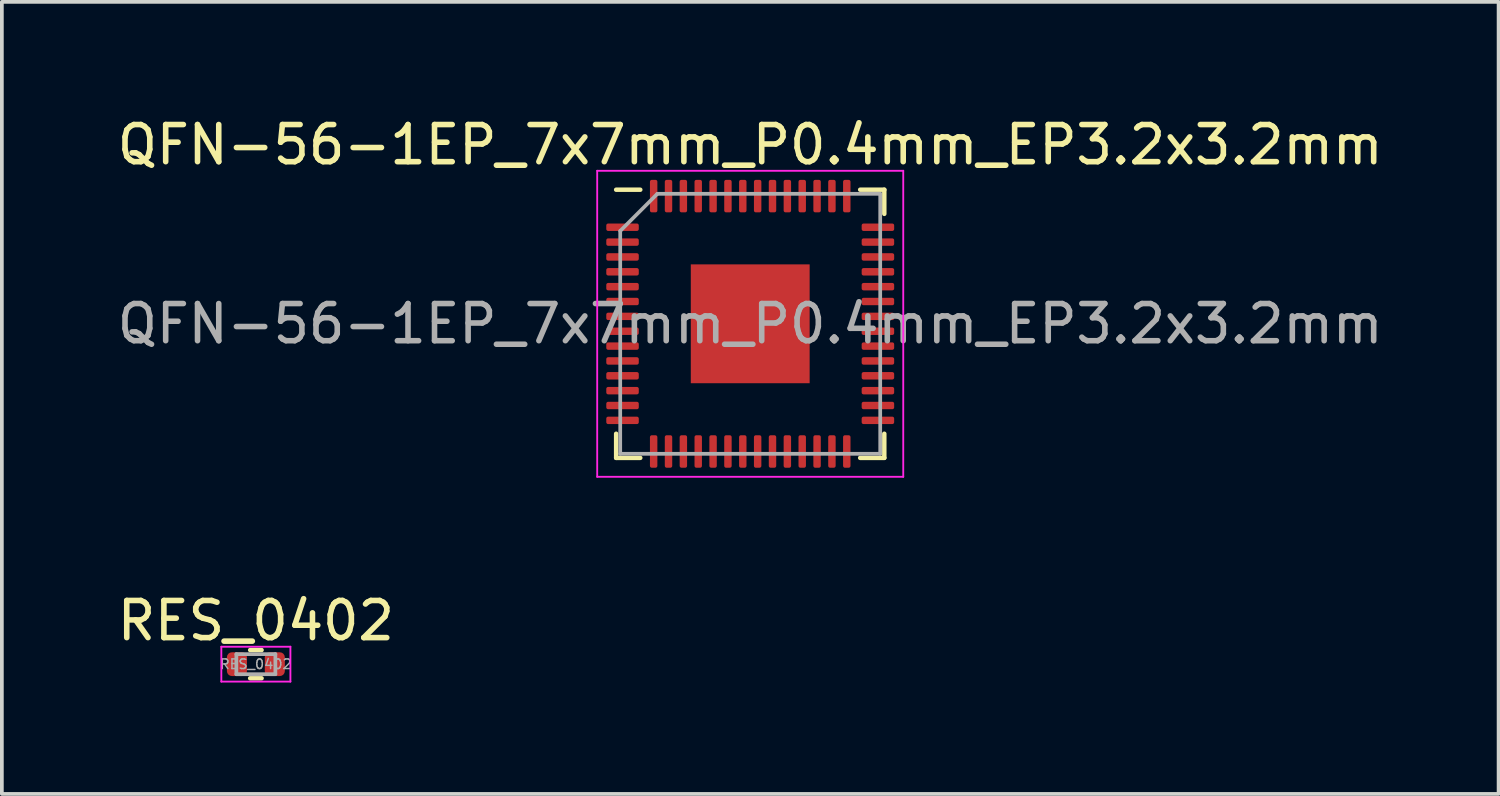
<source format=kicad_pcb>
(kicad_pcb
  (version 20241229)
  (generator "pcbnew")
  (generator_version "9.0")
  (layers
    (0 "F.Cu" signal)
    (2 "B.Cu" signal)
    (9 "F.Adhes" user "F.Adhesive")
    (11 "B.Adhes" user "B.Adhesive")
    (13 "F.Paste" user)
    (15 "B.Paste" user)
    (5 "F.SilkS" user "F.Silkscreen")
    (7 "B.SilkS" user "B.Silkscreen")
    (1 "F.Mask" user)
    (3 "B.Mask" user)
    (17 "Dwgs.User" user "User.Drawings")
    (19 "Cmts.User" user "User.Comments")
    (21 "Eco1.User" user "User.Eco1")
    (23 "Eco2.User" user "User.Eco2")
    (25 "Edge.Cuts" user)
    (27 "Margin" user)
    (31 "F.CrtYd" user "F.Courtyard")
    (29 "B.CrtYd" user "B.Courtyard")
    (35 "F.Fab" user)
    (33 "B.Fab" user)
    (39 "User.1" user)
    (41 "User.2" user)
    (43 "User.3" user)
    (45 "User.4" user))
  (footprint "RES_0402"
    (layer "F.Cu")
    (at 3.839 14.832)
    (property "Reference" "RES_0402" (at 0 -1.17 0) (layer "F.SilkS") (effects (font (size 1 1) (thickness 0.15))))
    (attr smd)
    (fp_line (start -0.154 -0.38) (end 0.154 -0.38) (stroke (width 0.12) (type solid)) (layer "F.SilkS"))
    (fp_line (start -0.154 0.38) (end 0.154 0.38) (stroke (width 0.12) (type solid)) (layer "F.SilkS"))
    (fp_line (start -0.93 -0.47) (end 0.93 -0.47) (stroke (width 0.05) (type solid)) (layer "F.CrtYd"))
    (fp_line (start -0.93 0.47) (end -0.93 -0.47) (stroke (width 0.05) (type solid)) (layer "F.CrtYd"))
    (fp_line (start 0.93 -0.47) (end 0.93 0.47) (stroke (width 0.05) (type solid)) (layer "F.CrtYd"))
    (fp_line (start 0.93 0.47) (end -0.93 0.47) (stroke (width 0.05) (type solid)) (layer "F.CrtYd"))
    (fp_line (start -0.525 -0.27) (end 0.525 -0.27) (stroke (width 0.1) (type solid)) (layer "F.Fab"))
    (fp_line (start -0.525 0.27) (end -0.525 -0.27) (stroke (width 0.1) (type solid)) (layer "F.Fab"))
    (fp_line (start 0.525 -0.27) (end 0.525 0.27) (stroke (width 0.1) (type solid)) (layer "F.Fab"))
    (fp_line (start 0.525 0.27) (end -0.525 0.27) (stroke (width 0.1) (type solid)) (layer "F.Fab"))
    (fp_text user "${REFERENCE}" (at 0 0 0) (layer "F.Fab") (effects (font (size 0.26 0.26) (thickness 0.04))))
    (pad "1" smd roundrect (at -0.51 0) (size 0.54 0.64) (layers "F.Cu" "F.Mask" "F.Paste") (roundrect_rratio 0.25))
    (pad "2" smd roundrect (at 0.51 0) (size 0.54 0.64) (layers "F.Cu" "F.Mask" "F.Paste") (roundrect_rratio 0.25)))
  (footprint "QFN-56-1EP_7x7mm_P0.4mm_EP3.2x3.2mm"
    (layer "F.Cu")
    (at 17.149 5.668)
    (property "Reference" "QFN-56-1EP_7x7mm_P0.4mm_EP3.2x3.2mm" (at 0 -4.82 0) (layer "F.SilkS") (effects (font (size 1 1) (thickness 0.15))))
    (attr smd)
    (fp_line (start -3.61 3.61) (end -3.61 2.96) (stroke (width 0.12) (type solid)) (layer "F.SilkS"))
    (fp_line (start -2.96 -3.61) (end -3.61 -3.61) (stroke (width 0.12) (type solid)) (layer "F.SilkS"))
    (fp_line (start -2.96 3.61) (end -3.61 3.61) (stroke (width 0.12) (type solid)) (layer "F.SilkS"))
    (fp_line (start 2.96 -3.61) (end 3.61 -3.61) (stroke (width 0.12) (type solid)) (layer "F.SilkS"))
    (fp_line (start 2.96 3.61) (end 3.61 3.61) (stroke (width 0.12) (type solid)) (layer "F.SilkS"))
    (fp_line (start 3.61 -3.61) (end 3.61 -2.96) (stroke (width 0.12) (type solid)) (layer "F.SilkS"))
    (fp_line (start 3.61 3.61) (end 3.61 2.96) (stroke (width 0.12) (type solid)) (layer "F.SilkS"))
    (fp_line (start -4.12 -4.12) (end -4.12 4.12) (stroke (width 0.05) (type solid)) (layer "F.CrtYd"))
    (fp_line (start -4.12 4.12) (end 4.12 4.12) (stroke (width 0.05) (type solid)) (layer "F.CrtYd"))
    (fp_line (start 4.12 -4.12) (end -4.12 -4.12) (stroke (width 0.05) (type solid)) (layer "F.CrtYd"))
    (fp_line (start 4.12 4.12) (end 4.12 -4.12) (stroke (width 0.05) (type solid)) (layer "F.CrtYd"))
    (fp_line (start -3.5 -2.5) (end -2.5 -3.5) (stroke (width 0.1) (type solid)) (layer "F.Fab"))
    (fp_line (start -3.5 3.5) (end -3.5 -2.5) (stroke (width 0.1) (type solid)) (layer "F.Fab"))
    (fp_line (start -2.5 -3.5) (end 3.5 -3.5) (stroke (width 0.1) (type solid)) (layer "F.Fab"))
    (fp_line (start 3.5 -3.5) (end 3.5 3.5) (stroke (width 0.1) (type solid)) (layer "F.Fab"))
    (fp_line (start 3.5 3.5) (end -3.5 3.5) (stroke (width 0.1) (type solid)) (layer "F.Fab"))
    (fp_text user "${REFERENCE}" (at 0 0 0) (layer "F.Fab") (effects (font (size 1 1) (thickness 0.15))))
    (pad "" smd roundrect (at -0.8 -0.8) (size 1.29 1.29) (layers "F.Paste") (roundrect_rratio 0.194))
    (pad "" smd roundrect (at -0.8 0.8) (size 1.29 1.29) (layers "F.Paste") (roundrect_rratio 0.194))
    (pad "" smd roundrect (at 0.8 -0.8) (size 1.29 1.29) (layers "F.Paste") (roundrect_rratio 0.194))
    (pad "" smd roundrect (at 0.8 0.8) (size 1.29 1.29) (layers "F.Paste") (roundrect_rratio 0.194))
    (pad "1" smd roundrect (at -3.438 -2.6) (size 0.875 0.2) (layers "F.Cu" "F.Mask" "F.Paste") (roundrect_rratio 0.25))
    (pad "2" smd roundrect (at -3.438 -2.2) (size 0.875 0.2) (layers "F.Cu" "F.Mask" "F.Paste") (roundrect_rratio 0.25))
    (pad "3" smd roundrect (at -3.438 -1.8) (size 0.875 0.2) (layers "F.Cu" "F.Mask" "F.Paste") (roundrect_rratio 0.25))
    (pad "4" smd roundrect (at -3.438 -1.4) (size 0.875 0.2) (layers "F.Cu" "F.Mask" "F.Paste") (roundrect_rratio 0.25))
    (pad "5" smd roundrect (at -3.438 -1) (size 0.875 0.2) (layers "F.Cu" "F.Mask" "F.Paste") (roundrect_rratio 0.25))
    (pad "6" smd roundrect (at -3.438 -0.6) (size 0.875 0.2) (layers "F.Cu" "F.Mask" "F.Paste") (roundrect_rratio 0.25))
    (pad "7" smd roundrect (at -3.438 -0.2) (size 0.875 0.2) (layers "F.Cu" "F.Mask" "F.Paste") (roundrect_rratio 0.25))
    (pad "8" smd roundrect (at -3.438 0.2) (size 0.875 0.2) (layers "F.Cu" "F.Mask" "F.Paste") (roundrect_rratio 0.25))
    (pad "9" smd roundrect (at -3.438 0.6) (size 0.875 0.2) (layers "F.Cu" "F.Mask" "F.Paste") (roundrect_rratio 0.25))
    (pad "10" smd roundrect (at -3.438 1) (size 0.875 0.2) (layers "F.Cu" "F.Mask" "F.Paste") (roundrect_rratio 0.25))
    (pad "11" smd roundrect (at -3.438 1.4) (size 0.875 0.2) (layers "F.Cu" "F.Mask" "F.Paste") (roundrect_rratio 0.25))
    (pad "12" smd roundrect (at -3.438 1.8) (size 0.875 0.2) (layers "F.Cu" "F.Mask" "F.Paste") (roundrect_rratio 0.25))
    (pad "13" smd roundrect (at -3.438 2.2) (size 0.875 0.2) (layers "F.Cu" "F.Mask" "F.Paste") (roundrect_rratio 0.25))
    (pad "14" smd roundrect (at -3.438 2.6) (size 0.875 0.2) (layers "F.Cu" "F.Mask" "F.Paste") (roundrect_rratio 0.25))
    (pad "15" smd roundrect (at -2.6 3.438) (size 0.2 0.875) (layers "F.Cu" "F.Mask" "F.Paste") (roundrect_rratio 0.25))
    (pad "16" smd roundrect (at -2.2 3.438) (size 0.2 0.875) (layers "F.Cu" "F.Mask" "F.Paste") (roundrect_rratio 0.25))
    (pad "17" smd roundrect (at -1.8 3.438) (size 0.2 0.875) (layers "F.Cu" "F.Mask" "F.Paste") (roundrect_rratio 0.25))
    (pad "18" smd roundrect (at -1.4 3.438) (size 0.2 0.875) (layers "F.Cu" "F.Mask" "F.Paste") (roundrect_rratio 0.25))
    (pad "19" smd roundrect (at -1 3.438) (size 0.2 0.875) (layers "F.Cu" "F.Mask" "F.Paste") (roundrect_rratio 0.25))
    (pad "20" smd roundrect (at -0.6 3.438) (size 0.2 0.875) (layers "F.Cu" "F.Mask" "F.Paste") (roundrect_rratio 0.25))
    (pad "21" smd roundrect (at -0.2 3.438) (size 0.2 0.875) (layers "F.Cu" "F.Mask" "F.Paste") (roundrect_rratio 0.25))
    (pad "22" smd roundrect (at 0.2 3.438) (size 0.2 0.875) (layers "F.Cu" "F.Mask" "F.Paste") (roundrect_rratio 0.25))
    (pad "23" smd roundrect (at 0.6 3.438) (size 0.2 0.875) (layers "F.Cu" "F.Mask" "F.Paste") (roundrect_rratio 0.25))
    (pad "24" smd roundrect (at 1 3.438) (size 0.2 0.875) (layers "F.Cu" "F.Mask" "F.Paste") (roundrect_rratio 0.25))
    (pad "25" smd roundrect (at 1.4 3.438) (size 0.2 0.875) (layers "F.Cu" "F.Mask" "F.Paste") (roundrect_rratio 0.25))
    (pad "26" smd roundrect (at 1.8 3.438) (size 0.2 0.875) (layers "F.Cu" "F.Mask" "F.Paste") (roundrect_rratio 0.25))
    (pad "27" smd roundrect (at 2.2 3.438) (size 0.2 0.875) (layers "F.Cu" "F.Mask" "F.Paste") (roundrect_rratio 0.25))
    (pad "28" smd roundrect (at 2.6 3.438) (size 0.2 0.875) (layers "F.Cu" "F.Mask" "F.Paste") (roundrect_rratio 0.25))
    (pad "29" smd roundrect (at 3.438 2.6) (size 0.875 0.2) (layers "F.Cu" "F.Mask" "F.Paste") (roundrect_rratio 0.25))
    (pad "30" smd roundrect (at 3.438 2.2) (size 0.875 0.2) (layers "F.Cu" "F.Mask" "F.Paste") (roundrect_rratio 0.25))
    (pad "31" smd roundrect (at 3.438 1.8) (size 0.875 0.2) (layers "F.Cu" "F.Mask" "F.Paste") (roundrect_rratio 0.25))
    (pad "32" smd roundrect (at 3.438 1.4) (size 0.875 0.2) (layers "F.Cu" "F.Mask" "F.Paste") (roundrect_rratio 0.25))
    (pad "33" smd roundrect (at 3.438 1) (size 0.875 0.2) (layers "F.Cu" "F.Mask" "F.Paste") (roundrect_rratio 0.25))
    (pad "34" smd roundrect (at 3.438 0.6) (size 0.875 0.2) (layers "F.Cu" "F.Mask" "F.Paste") (roundrect_rratio 0.25))
    (pad "35" smd roundrect (at 3.438 0.2) (size 0.875 0.2) (layers "F.Cu" "F.Mask" "F.Paste") (roundrect_rratio 0.25))
    (pad "36" smd roundrect (at 3.438 -0.2) (size 0.875 0.2) (layers "F.Cu" "F.Mask" "F.Paste") (roundrect_rratio 0.25))
    (pad "37" smd roundrect (at 3.438 -0.6) (size 0.875 0.2) (layers "F.Cu" "F.Mask" "F.Paste") (roundrect_rratio 0.25))
    (pad "38" smd roundrect (at 3.438 -1) (size 0.875 0.2) (layers "F.Cu" "F.Mask" "F.Paste") (roundrect_rratio 0.25))
    (pad "39" smd roundrect (at 3.438 -1.4) (size 0.875 0.2) (layers "F.Cu" "F.Mask" "F.Paste") (roundrect_rratio 0.25))
    (pad "40" smd roundrect (at 3.438 -1.8) (size 0.875 0.2) (layers "F.Cu" "F.Mask" "F.Paste") (roundrect_rratio 0.25))
    (pad "41" smd roundrect (at 3.438 -2.2) (size 0.875 0.2) (layers "F.Cu" "F.Mask" "F.Paste") (roundrect_rratio 0.25))
    (pad "42" smd roundrect (at 3.438 -2.6) (size 0.875 0.2) (layers "F.Cu" "F.Mask" "F.Paste") (roundrect_rratio 0.25))
    (pad "43" smd roundrect (at 2.6 -3.438) (size 0.2 0.875) (layers "F.Cu" "F.Mask" "F.Paste") (roundrect_rratio 0.25))
    (pad "44" smd roundrect (at 2.2 -3.438) (size 0.2 0.875) (layers "F.Cu" "F.Mask" "F.Paste") (roundrect_rratio 0.25))
    (pad "45" smd roundrect (at 1.8 -3.438) (size 0.2 0.875) (layers "F.Cu" "F.Mask" "F.Paste") (roundrect_rratio 0.25))
    (pad "46" smd roundrect (at 1.4 -3.438) (size 0.2 0.875) (layers "F.Cu" "F.Mask" "F.Paste") (roundrect_rratio 0.25))
    (pad "47" smd roundrect (at 1 -3.438) (size 0.2 0.875) (layers "F.Cu" "F.Mask" "F.Paste") (roundrect_rratio 0.25))
    (pad "48" smd roundrect (at 0.6 -3.438) (size 0.2 0.875) (layers "F.Cu" "F.Mask" "F.Paste") (roundrect_rratio 0.25))
    (pad "49" smd roundrect (at 0.2 -3.438) (size 0.2 0.875) (layers "F.Cu" "F.Mask" "F.Paste") (roundrect_rratio 0.25))
    (pad "50" smd roundrect (at -0.2 -3.438) (size 0.2 0.875) (layers "F.Cu" "F.Mask" "F.Paste") (roundrect_rratio 0.25))
    (pad "51" smd roundrect (at -0.6 -3.438) (size 0.2 0.875) (layers "F.Cu" "F.Mask" "F.Paste") (roundrect_rratio 0.25))
    (pad "52" smd roundrect (at -1 -3.438) (size 0.2 0.875) (layers "F.Cu" "F.Mask" "F.Paste") (roundrect_rratio 0.25))
    (pad "53" smd roundrect (at -1.4 -3.438) (size 0.2 0.875) (layers "F.Cu" "F.Mask" "F.Paste") (roundrect_rratio 0.25))
    (pad "54" smd roundrect (at -1.8 -3.438) (size 0.2 0.875) (layers "F.Cu" "F.Mask" "F.Paste") (roundrect_rratio 0.25))
    (pad "55" smd roundrect (at -2.2 -3.438) (size 0.2 0.875) (layers "F.Cu" "F.Mask" "F.Paste") (roundrect_rratio 0.25))
    (pad "56" smd roundrect (at -2.6 -3.438) (size 0.2 0.875) (layers "F.Cu" "F.Mask" "F.Paste") (roundrect_rratio 0.25))
    (pad "57" smd rect (at 0 0) (size 3.2 3.2) (layers "F.Cu" "F.Mask")))
  (gr_rect
    (start -3 -3)
    (end 37.298 18.326)
    (stroke (width 0.1) (type default))
    (fill no)
    (layer "Edge.Cuts")))
</source>
